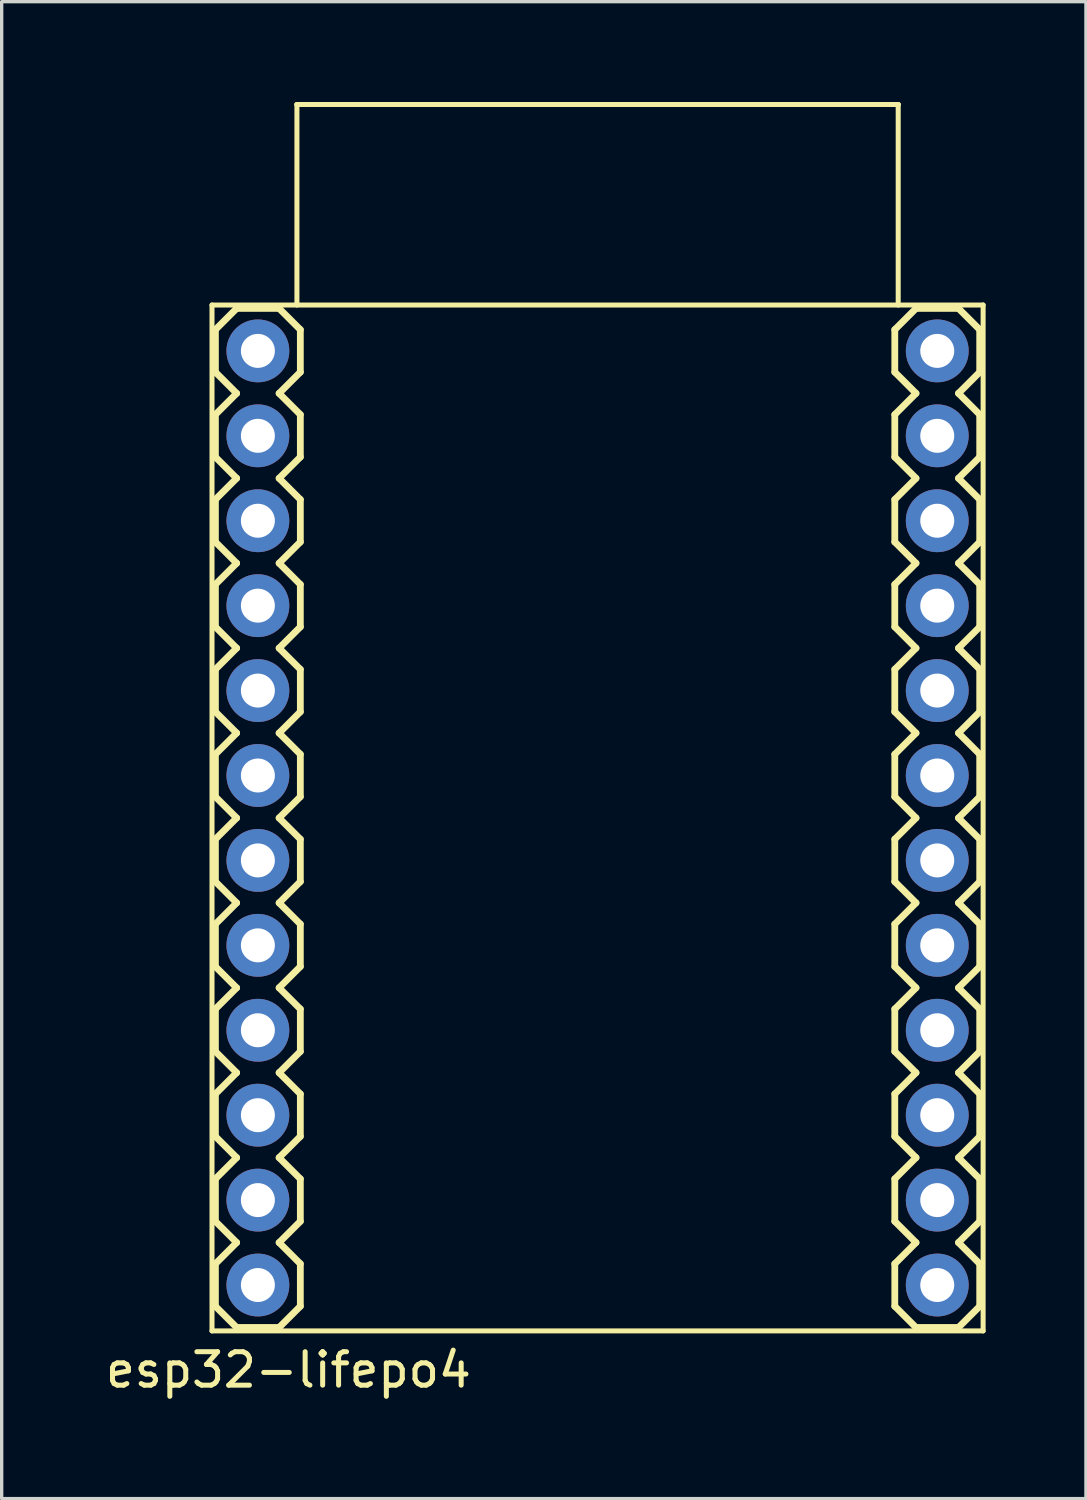
<source format=kicad_pcb>
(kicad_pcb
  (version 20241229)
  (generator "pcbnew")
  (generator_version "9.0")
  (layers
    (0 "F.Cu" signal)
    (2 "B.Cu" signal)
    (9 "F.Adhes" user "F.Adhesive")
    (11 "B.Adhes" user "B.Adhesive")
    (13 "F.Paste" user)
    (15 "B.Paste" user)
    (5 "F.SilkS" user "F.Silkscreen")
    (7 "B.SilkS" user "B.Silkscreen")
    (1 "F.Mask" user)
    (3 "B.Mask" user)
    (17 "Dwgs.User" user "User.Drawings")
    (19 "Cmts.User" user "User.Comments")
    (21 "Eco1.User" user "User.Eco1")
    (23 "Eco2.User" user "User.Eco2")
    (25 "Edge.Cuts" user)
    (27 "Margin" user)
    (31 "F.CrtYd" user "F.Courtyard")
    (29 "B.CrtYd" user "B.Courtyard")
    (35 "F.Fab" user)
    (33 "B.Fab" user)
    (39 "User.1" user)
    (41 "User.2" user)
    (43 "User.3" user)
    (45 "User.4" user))
  (footprint "esp32-lifepo4"
    (layer "F.Cu")
    (at 14.823 21.415)
    (property "Reference" "esp32-lifepo4" (at -9.246 16.51 0) (layer "F.SilkS") (effects (font (size 1 1) (thickness 0.15))))
    (attr through_hole)
    (fp_line (start -11.532 -15.342) (end -11.532 15.342) (stroke (width 0.15) (type solid)) (layer "F.SilkS"))
    (fp_line (start -11.532 15.342) (end 11.532 15.342) (stroke (width 0.15) (type solid)) (layer "F.SilkS"))
    (fp_line (start -11.43 -13.335) (end -11.43 -14.605) (stroke (width 0.203) (type solid)) (layer "F.SilkS"))
    (fp_line (start -11.43 -12.065) (end -10.795 -12.7) (stroke (width 0.203) (type solid)) (layer "F.SilkS"))
    (fp_line (start -11.43 -10.795) (end -11.43 -12.065) (stroke (width 0.203) (type solid)) (layer "F.SilkS"))
    (fp_line (start -11.43 -9.525) (end -10.795 -10.16) (stroke (width 0.203) (type solid)) (layer "F.SilkS"))
    (fp_line (start -11.43 -8.255) (end -11.43 -9.525) (stroke (width 0.203) (type solid)) (layer "F.SilkS"))
    (fp_line (start -11.43 -5.715) (end -11.43 -6.985) (stroke (width 0.203) (type solid)) (layer "F.SilkS"))
    (fp_line (start -11.43 -4.445) (end -10.795 -5.08) (stroke (width 0.203) (type solid)) (layer "F.SilkS"))
    (fp_line (start -11.43 -3.175) (end -11.43 -4.445) (stroke (width 0.203) (type solid)) (layer "F.SilkS"))
    (fp_line (start -11.43 -1.905) (end -10.795 -2.54) (stroke (width 0.203) (type solid)) (layer "F.SilkS"))
    (fp_line (start -11.43 -0.635) (end -11.43 -1.905) (stroke (width 0.203) (type solid)) (layer "F.SilkS"))
    (fp_line (start -11.43 1.905) (end -11.43 0.635) (stroke (width 0.203) (type solid)) (layer "F.SilkS"))
    (fp_line (start -11.43 4.445) (end -11.43 3.175) (stroke (width 0.203) (type solid)) (layer "F.SilkS"))
    (fp_line (start -11.43 6.985) (end -11.43 5.715) (stroke (width 0.203) (type solid)) (layer "F.SilkS"))
    (fp_line (start -11.43 9.525) (end -11.43 8.255) (stroke (width 0.203) (type solid)) (layer "F.SilkS"))
    (fp_line (start -11.43 12.065) (end -11.43 10.795) (stroke (width 0.203) (type solid)) (layer "F.SilkS"))
    (fp_line (start -11.43 14.605) (end -11.43 13.335) (stroke (width 0.203) (type solid)) (layer "F.SilkS"))
    (fp_line (start -10.795 -15.24) (end -11.43 -14.605) (stroke (width 0.203) (type solid)) (layer "F.SilkS"))
    (fp_line (start -10.795 -12.7) (end -11.43 -13.335) (stroke (width 0.203) (type solid)) (layer "F.SilkS"))
    (fp_line (start -10.795 -10.16) (end -11.43 -10.795) (stroke (width 0.203) (type solid)) (layer "F.SilkS"))
    (fp_line (start -10.795 -7.62) (end -11.43 -8.255) (stroke (width 0.203) (type solid)) (layer "F.SilkS"))
    (fp_line (start -10.795 -7.62) (end -11.43 -6.985) (stroke (width 0.203) (type solid)) (layer "F.SilkS"))
    (fp_line (start -10.795 -5.08) (end -11.43 -5.715) (stroke (width 0.203) (type solid)) (layer "F.SilkS"))
    (fp_line (start -10.795 -2.54) (end -11.43 -3.175) (stroke (width 0.203) (type solid)) (layer "F.SilkS"))
    (fp_line (start -10.795 0) (end -11.43 -0.635) (stroke (width 0.203) (type solid)) (layer "F.SilkS"))
    (fp_line (start -10.795 0) (end -11.43 0.635) (stroke (width 0.203) (type solid)) (layer "F.SilkS"))
    (fp_line (start -10.795 2.54) (end -11.43 1.905) (stroke (width 0.203) (type solid)) (layer "F.SilkS"))
    (fp_line (start -10.795 2.54) (end -11.43 3.175) (stroke (width 0.203) (type solid)) (layer "F.SilkS"))
    (fp_line (start -10.795 5.08) (end -11.43 4.445) (stroke (width 0.203) (type solid)) (layer "F.SilkS"))
    (fp_line (start -10.795 5.08) (end -11.43 5.715) (stroke (width 0.203) (type solid)) (layer "F.SilkS"))
    (fp_line (start -10.795 7.62) (end -11.43 6.985) (stroke (width 0.203) (type solid)) (layer "F.SilkS"))
    (fp_line (start -10.795 7.62) (end -11.43 8.255) (stroke (width 0.203) (type solid)) (layer "F.SilkS"))
    (fp_line (start -10.795 10.16) (end -11.43 9.525) (stroke (width 0.203) (type solid)) (layer "F.SilkS"))
    (fp_line (start -10.795 10.16) (end -11.43 10.795) (stroke (width 0.203) (type solid)) (layer "F.SilkS"))
    (fp_line (start -10.795 12.7) (end -11.43 12.065) (stroke (width 0.203) (type solid)) (layer "F.SilkS"))
    (fp_line (start -10.795 12.7) (end -11.43 13.335) (stroke (width 0.203) (type solid)) (layer "F.SilkS"))
    (fp_line (start -10.795 15.24) (end -11.43 14.605) (stroke (width 0.203) (type solid)) (layer "F.SilkS"))
    (fp_line (start -9.525 -15.24) (end -10.795 -15.24) (stroke (width 0.203) (type solid)) (layer "F.SilkS"))
    (fp_line (start -9.525 -12.7) (end -8.89 -12.065) (stroke (width 0.203) (type solid)) (layer "F.SilkS"))
    (fp_line (start -9.525 -10.16) (end -8.89 -9.525) (stroke (width 0.203) (type solid)) (layer "F.SilkS"))
    (fp_line (start -9.525 -5.08) (end -8.89 -4.445) (stroke (width 0.203) (type solid)) (layer "F.SilkS"))
    (fp_line (start -9.525 -2.54) (end -8.89 -1.905) (stroke (width 0.203) (type solid)) (layer "F.SilkS"))
    (fp_line (start -9.525 15.24) (end -10.795 15.24) (stroke (width 0.203) (type solid)) (layer "F.SilkS"))
    (fp_line (start -9 -21.34) (end 9 -21.34) (stroke (width 0.15) (type solid)) (layer "F.SilkS"))
    (fp_line (start -8.992 -21.336) (end -8.992 -15.342) (stroke (width 0.15) (type solid)) (layer "F.SilkS"))
    (fp_line (start -8.89 -14.605) (end -9.525 -15.24) (stroke (width 0.203) (type solid)) (layer "F.SilkS"))
    (fp_line (start -8.89 -14.605) (end -8.89 -13.335) (stroke (width 0.203) (type solid)) (layer "F.SilkS"))
    (fp_line (start -8.89 -13.335) (end -9.525 -12.7) (stroke (width 0.203) (type solid)) (layer "F.SilkS"))
    (fp_line (start -8.89 -12.065) (end -8.89 -10.795) (stroke (width 0.203) (type solid)) (layer "F.SilkS"))
    (fp_line (start -8.89 -10.795) (end -9.525 -10.16) (stroke (width 0.203) (type solid)) (layer "F.SilkS"))
    (fp_line (start -8.89 -9.525) (end -8.89 -8.255) (stroke (width 0.203) (type solid)) (layer "F.SilkS"))
    (fp_line (start -8.89 -8.255) (end -9.525 -7.62) (stroke (width 0.203) (type solid)) (layer "F.SilkS"))
    (fp_line (start -8.89 -6.985) (end -9.525 -7.62) (stroke (width 0.203) (type solid)) (layer "F.SilkS"))
    (fp_line (start -8.89 -6.985) (end -8.89 -5.715) (stroke (width 0.203) (type solid)) (layer "F.SilkS"))
    (fp_line (start -8.89 -5.715) (end -9.525 -5.08) (stroke (width 0.203) (type solid)) (layer "F.SilkS"))
    (fp_line (start -8.89 -4.445) (end -8.89 -3.175) (stroke (width 0.203) (type solid)) (layer "F.SilkS"))
    (fp_line (start -8.89 -3.175) (end -9.525 -2.54) (stroke (width 0.203) (type solid)) (layer "F.SilkS"))
    (fp_line (start -8.89 -1.905) (end -8.89 -0.635) (stroke (width 0.203) (type solid)) (layer "F.SilkS"))
    (fp_line (start -8.89 -0.635) (end -9.525 0) (stroke (width 0.203) (type solid)) (layer "F.SilkS"))
    (fp_line (start -8.89 0.635) (end -9.525 0) (stroke (width 0.203) (type solid)) (layer "F.SilkS"))
    (fp_line (start -8.89 0.635) (end -8.89 1.905) (stroke (width 0.203) (type solid)) (layer "F.SilkS"))
    (fp_line (start -8.89 1.905) (end -9.525 2.54) (stroke (width 0.203) (type solid)) (layer "F.SilkS"))
    (fp_line (start -8.89 3.175) (end -9.525 2.54) (stroke (width 0.203) (type solid)) (layer "F.SilkS"))
    (fp_line (start -8.89 3.175) (end -8.89 4.445) (stroke (width 0.203) (type solid)) (layer "F.SilkS"))
    (fp_line (start -8.89 4.445) (end -9.525 5.08) (stroke (width 0.203) (type solid)) (layer "F.SilkS"))
    (fp_line (start -8.89 5.715) (end -9.525 5.08) (stroke (width 0.203) (type solid)) (layer "F.SilkS"))
    (fp_line (start -8.89 5.715) (end -8.89 6.985) (stroke (width 0.203) (type solid)) (layer "F.SilkS"))
    (fp_line (start -8.89 6.985) (end -9.525 7.62) (stroke (width 0.203) (type solid)) (layer "F.SilkS"))
    (fp_line (start -8.89 8.255) (end -9.525 7.62) (stroke (width 0.203) (type solid)) (layer "F.SilkS"))
    (fp_line (start -8.89 8.255) (end -8.89 9.525) (stroke (width 0.203) (type solid)) (layer "F.SilkS"))
    (fp_line (start -8.89 9.525) (end -9.525 10.16) (stroke (width 0.203) (type solid)) (layer "F.SilkS"))
    (fp_line (start -8.89 10.795) (end -9.525 10.16) (stroke (width 0.203) (type solid)) (layer "F.SilkS"))
    (fp_line (start -8.89 10.795) (end -8.89 12.065) (stroke (width 0.203) (type solid)) (layer "F.SilkS"))
    (fp_line (start -8.89 12.065) (end -9.525 12.7) (stroke (width 0.203) (type solid)) (layer "F.SilkS"))
    (fp_line (start -8.89 13.335) (end -9.525 12.7) (stroke (width 0.203) (type solid)) (layer "F.SilkS"))
    (fp_line (start -8.89 13.335) (end -8.89 14.605) (stroke (width 0.203) (type solid)) (layer "F.SilkS"))
    (fp_line (start -8.89 14.605) (end -9.525 15.24) (stroke (width 0.203) (type solid)) (layer "F.SilkS"))
    (fp_line (start 8.89 -13.335) (end 8.89 -14.605) (stroke (width 0.203) (type solid)) (layer "F.SilkS"))
    (fp_line (start 8.89 -12.065) (end 9.525 -12.7) (stroke (width 0.203) (type solid)) (layer "F.SilkS"))
    (fp_line (start 8.89 -10.795) (end 8.89 -12.065) (stroke (width 0.203) (type solid)) (layer "F.SilkS"))
    (fp_line (start 8.89 -9.525) (end 9.525 -10.16) (stroke (width 0.203) (type solid)) (layer "F.SilkS"))
    (fp_line (start 8.89 -8.255) (end 8.89 -9.525) (stroke (width 0.203) (type solid)) (layer "F.SilkS"))
    (fp_line (start 8.89 -5.715) (end 8.89 -6.985) (stroke (width 0.203) (type solid)) (layer "F.SilkS"))
    (fp_line (start 8.89 -4.445) (end 9.525 -5.08) (stroke (width 0.203) (type solid)) (layer "F.SilkS"))
    (fp_line (start 8.89 -3.175) (end 8.89 -4.445) (stroke (width 0.203) (type solid)) (layer "F.SilkS"))
    (fp_line (start 8.89 -1.905) (end 9.525 -2.54) (stroke (width 0.203) (type solid)) (layer "F.SilkS"))
    (fp_line (start 8.89 -0.635) (end 8.89 -1.905) (stroke (width 0.203) (type solid)) (layer "F.SilkS"))
    (fp_line (start 8.89 1.905) (end 8.89 0.635) (stroke (width 0.203) (type solid)) (layer "F.SilkS"))
    (fp_line (start 8.89 4.445) (end 8.89 3.175) (stroke (width 0.203) (type solid)) (layer "F.SilkS"))
    (fp_line (start 8.89 6.985) (end 8.89 5.715) (stroke (width 0.203) (type solid)) (layer "F.SilkS"))
    (fp_line (start 8.89 9.525) (end 8.89 8.255) (stroke (width 0.203) (type solid)) (layer "F.SilkS"))
    (fp_line (start 8.89 12.065) (end 8.89 10.795) (stroke (width 0.203) (type solid)) (layer "F.SilkS"))
    (fp_line (start 8.89 14.605) (end 8.89 13.335) (stroke (width 0.203) (type solid)) (layer "F.SilkS"))
    (fp_line (start 8.992 -21.336) (end 8.992 -15.342) (stroke (width 0.15) (type solid)) (layer "F.SilkS"))
    (fp_line (start 9.525 -15.24) (end 8.89 -14.605) (stroke (width 0.203) (type solid)) (layer "F.SilkS"))
    (fp_line (start 9.525 -12.7) (end 8.89 -13.335) (stroke (width 0.203) (type solid)) (layer "F.SilkS"))
    (fp_line (start 9.525 -10.16) (end 8.89 -10.795) (stroke (width 0.203) (type solid)) (layer "F.SilkS"))
    (fp_line (start 9.525 -7.62) (end 8.89 -8.255) (stroke (width 0.203) (type solid)) (layer "F.SilkS"))
    (fp_line (start 9.525 -7.62) (end 8.89 -6.985) (stroke (width 0.203) (type solid)) (layer "F.SilkS"))
    (fp_line (start 9.525 -5.08) (end 8.89 -5.715) (stroke (width 0.203) (type solid)) (layer "F.SilkS"))
    (fp_line (start 9.525 -2.54) (end 8.89 -3.175) (stroke (width 0.203) (type solid)) (layer "F.SilkS"))
    (fp_line (start 9.525 0) (end 8.89 -0.635) (stroke (width 0.203) (type solid)) (layer "F.SilkS"))
    (fp_line (start 9.525 0) (end 8.89 0.635) (stroke (width 0.203) (type solid)) (layer "F.SilkS"))
    (fp_line (start 9.525 2.54) (end 8.89 1.905) (stroke (width 0.203) (type solid)) (layer "F.SilkS"))
    (fp_line (start 9.525 2.54) (end 8.89 3.175) (stroke (width 0.203) (type solid)) (layer "F.SilkS"))
    (fp_line (start 9.525 5.08) (end 8.89 4.445) (stroke (width 0.203) (type solid)) (layer "F.SilkS"))
    (fp_line (start 9.525 5.08) (end 8.89 5.715) (stroke (width 0.203) (type solid)) (layer "F.SilkS"))
    (fp_line (start 9.525 7.62) (end 8.89 6.985) (stroke (width 0.203) (type solid)) (layer "F.SilkS"))
    (fp_line (start 9.525 7.62) (end 8.89 8.255) (stroke (width 0.203) (type solid)) (layer "F.SilkS"))
    (fp_line (start 9.525 10.16) (end 8.89 9.525) (stroke (width 0.203) (type solid)) (layer "F.SilkS"))
    (fp_line (start 9.525 10.16) (end 8.89 10.795) (stroke (width 0.203) (type solid)) (layer "F.SilkS"))
    (fp_line (start 9.525 12.7) (end 8.89 12.065) (stroke (width 0.203) (type solid)) (layer "F.SilkS"))
    (fp_line (start 9.525 12.7) (end 8.89 13.335) (stroke (width 0.203) (type solid)) (layer "F.SilkS"))
    (fp_line (start 9.525 15.24) (end 8.89 14.605) (stroke (width 0.203) (type solid)) (layer "F.SilkS"))
    (fp_line (start 10.795 -15.24) (end 9.525 -15.24) (stroke (width 0.203) (type solid)) (layer "F.SilkS"))
    (fp_line (start 10.795 -12.7) (end 11.43 -12.065) (stroke (width 0.203) (type solid)) (layer "F.SilkS"))
    (fp_line (start 10.795 -10.16) (end 11.43 -9.525) (stroke (width 0.203) (type solid)) (layer "F.SilkS"))
    (fp_line (start 10.795 -5.08) (end 11.43 -4.445) (stroke (width 0.203) (type solid)) (layer "F.SilkS"))
    (fp_line (start 10.795 -2.54) (end 11.43 -1.905) (stroke (width 0.203) (type solid)) (layer "F.SilkS"))
    (fp_line (start 10.795 15.24) (end 9.525 15.24) (stroke (width 0.203) (type solid)) (layer "F.SilkS"))
    (fp_line (start 11.43 -14.605) (end 10.795 -15.24) (stroke (width 0.203) (type solid)) (layer "F.SilkS"))
    (fp_line (start 11.43 -14.605) (end 11.43 -13.335) (stroke (width 0.203) (type solid)) (layer "F.SilkS"))
    (fp_line (start 11.43 -13.335) (end 10.795 -12.7) (stroke (width 0.203) (type solid)) (layer "F.SilkS"))
    (fp_line (start 11.43 -12.065) (end 11.43 -10.795) (stroke (width 0.203) (type solid)) (layer "F.SilkS"))
    (fp_line (start 11.43 -10.795) (end 10.795 -10.16) (stroke (width 0.203) (type solid)) (layer "F.SilkS"))
    (fp_line (start 11.43 -9.525) (end 11.43 -8.255) (stroke (width 0.203) (type solid)) (layer "F.SilkS"))
    (fp_line (start 11.43 -8.255) (end 10.795 -7.62) (stroke (width 0.203) (type solid)) (layer "F.SilkS"))
    (fp_line (start 11.43 -6.985) (end 10.795 -7.62) (stroke (width 0.203) (type solid)) (layer "F.SilkS"))
    (fp_line (start 11.43 -6.985) (end 11.43 -5.715) (stroke (width 0.203) (type solid)) (layer "F.SilkS"))
    (fp_line (start 11.43 -5.715) (end 10.795 -5.08) (stroke (width 0.203) (type solid)) (layer "F.SilkS"))
    (fp_line (start 11.43 -4.445) (end 11.43 -3.175) (stroke (width 0.203) (type solid)) (layer "F.SilkS"))
    (fp_line (start 11.43 -3.175) (end 10.795 -2.54) (stroke (width 0.203) (type solid)) (layer "F.SilkS"))
    (fp_line (start 11.43 -1.905) (end 11.43 -0.635) (stroke (width 0.203) (type solid)) (layer "F.SilkS"))
    (fp_line (start 11.43 -0.635) (end 10.795 0) (stroke (width 0.203) (type solid)) (layer "F.SilkS"))
    (fp_line (start 11.43 0.635) (end 10.795 0) (stroke (width 0.203) (type solid)) (layer "F.SilkS"))
    (fp_line (start 11.43 0.635) (end 11.43 1.905) (stroke (width 0.203) (type solid)) (layer "F.SilkS"))
    (fp_line (start 11.43 1.905) (end 10.795 2.54) (stroke (width 0.203) (type solid)) (layer "F.SilkS"))
    (fp_line (start 11.43 3.175) (end 10.795 2.54) (stroke (width 0.203) (type solid)) (layer "F.SilkS"))
    (fp_line (start 11.43 3.175) (end 11.43 4.445) (stroke (width 0.203) (type solid)) (layer "F.SilkS"))
    (fp_line (start 11.43 4.445) (end 10.795 5.08) (stroke (width 0.203) (type solid)) (layer "F.SilkS"))
    (fp_line (start 11.43 5.715) (end 10.795 5.08) (stroke (width 0.203) (type solid)) (layer "F.SilkS"))
    (fp_line (start 11.43 5.715) (end 11.43 6.985) (stroke (width 0.203) (type solid)) (layer "F.SilkS"))
    (fp_line (start 11.43 6.985) (end 10.795 7.62) (stroke (width 0.203) (type solid)) (layer "F.SilkS"))
    (fp_line (start 11.43 8.255) (end 10.795 7.62) (stroke (width 0.203) (type solid)) (layer "F.SilkS"))
    (fp_line (start 11.43 8.255) (end 11.43 9.525) (stroke (width 0.203) (type solid)) (layer "F.SilkS"))
    (fp_line (start 11.43 9.525) (end 10.795 10.16) (stroke (width 0.203) (type solid)) (layer "F.SilkS"))
    (fp_line (start 11.43 10.795) (end 10.795 10.16) (stroke (width 0.203) (type solid)) (layer "F.SilkS"))
    (fp_line (start 11.43 10.795) (end 11.43 12.065) (stroke (width 0.203) (type solid)) (layer "F.SilkS"))
    (fp_line (start 11.43 12.065) (end 10.795 12.7) (stroke (width 0.203) (type solid)) (layer "F.SilkS"))
    (fp_line (start 11.43 13.335) (end 10.795 12.7) (stroke (width 0.203) (type solid)) (layer "F.SilkS"))
    (fp_line (start 11.43 13.335) (end 11.43 14.605) (stroke (width 0.203) (type solid)) (layer "F.SilkS"))
    (fp_line (start 11.43 14.605) (end 10.795 15.24) (stroke (width 0.203) (type solid)) (layer "F.SilkS"))
    (fp_line (start 11.532 -15.342) (end -11.532 -15.342) (stroke (width 0.15) (type solid)) (layer "F.SilkS"))
    (fp_line (start 11.532 15.342) (end 11.532 -15.342) (stroke (width 0.15) (type solid)) (layer "F.SilkS"))
    (fp_line (start -10.414 -14.224) (end -10.414 -13.716) (stroke (width 0.066) (type solid)) (layer "Dwgs.User"))
    (fp_line (start -10.414 -14.224) (end -9.906 -14.224) (stroke (width 0.066) (type solid)) (layer "Dwgs.User"))
    (fp_line (start -10.414 -13.716) (end -9.906 -13.716) (stroke (width 0.066) (type solid)) (layer "Dwgs.User"))
    (fp_line (start -10.414 -11.684) (end -10.414 -11.176) (stroke (width 0.066) (type solid)) (layer "Dwgs.User"))
    (fp_line (start -10.414 -11.684) (end -9.906 -11.684) (stroke (width 0.066) (type solid)) (layer "Dwgs.User"))
    (fp_line (start -10.414 -11.176) (end -9.906 -11.176) (stroke (width 0.066) (type solid)) (layer "Dwgs.User"))
    (fp_line (start -10.414 -9.144) (end -10.414 -8.636) (stroke (width 0.066) (type solid)) (layer "Dwgs.User"))
    (fp_line (start -10.414 -9.144) (end -9.906 -9.144) (stroke (width 0.066) (type solid)) (layer "Dwgs.User"))
    (fp_line (start -10.414 -8.636) (end -9.906 -8.636) (stroke (width 0.066) (type solid)) (layer "Dwgs.User"))
    (fp_line (start -10.414 -6.604) (end -10.414 -6.096) (stroke (width 0.066) (type solid)) (layer "Dwgs.User"))
    (fp_line (start -10.414 -6.604) (end -9.906 -6.604) (stroke (width 0.066) (type solid)) (layer "Dwgs.User"))
    (fp_line (start -10.414 -6.096) (end -9.906 -6.096) (stroke (width 0.066) (type solid)) (layer "Dwgs.User"))
    (fp_line (start -10.414 -4.064) (end -10.414 -3.556) (stroke (width 0.066) (type solid)) (layer "Dwgs.User"))
    (fp_line (start -10.414 -4.064) (end -9.906 -4.064) (stroke (width 0.066) (type solid)) (layer "Dwgs.User"))
    (fp_line (start -10.414 -3.556) (end -9.906 -3.556) (stroke (width 0.066) (type solid)) (layer "Dwgs.User"))
    (fp_line (start -10.414 -1.524) (end -10.414 -1.016) (stroke (width 0.066) (type solid)) (layer "Dwgs.User"))
    (fp_line (start -10.414 -1.524) (end -9.906 -1.524) (stroke (width 0.066) (type solid)) (layer "Dwgs.User"))
    (fp_line (start -10.414 -1.016) (end -9.906 -1.016) (stroke (width 0.066) (type solid)) (layer "Dwgs.User"))
    (fp_line (start -10.414 1.016) (end -10.414 1.524) (stroke (width 0.066) (type solid)) (layer "Dwgs.User"))
    (fp_line (start -10.414 1.016) (end -9.906 1.016) (stroke (width 0.066) (type solid)) (layer "Dwgs.User"))
    (fp_line (start -10.414 1.524) (end -9.906 1.524) (stroke (width 0.066) (type solid)) (layer "Dwgs.User"))
    (fp_line (start -10.414 3.553) (end -10.414 4.064) (stroke (width 0.066) (type solid)) (layer "Dwgs.User"))
    (fp_line (start -10.414 3.553) (end -9.906 3.553) (stroke (width 0.066) (type solid)) (layer "Dwgs.User"))
    (fp_line (start -10.414 4.064) (end -9.906 4.064) (stroke (width 0.066) (type solid)) (layer "Dwgs.User"))
    (fp_line (start -10.414 6.096) (end -10.414 6.604) (stroke (width 0.066) (type solid)) (layer "Dwgs.User"))
    (fp_line (start -10.414 6.096) (end -9.906 6.096) (stroke (width 0.066) (type solid)) (layer "Dwgs.User"))
    (fp_line (start -10.414 6.604) (end -9.906 6.604) (stroke (width 0.066) (type solid)) (layer "Dwgs.User"))
    (fp_line (start -10.414 8.636) (end -10.414 9.144) (stroke (width 0.066) (type solid)) (layer "Dwgs.User"))
    (fp_line (start -10.414 8.636) (end -9.906 8.636) (stroke (width 0.066) (type solid)) (layer "Dwgs.User"))
    (fp_line (start -10.414 9.144) (end -9.906 9.144) (stroke (width 0.066) (type solid)) (layer "Dwgs.User"))
    (fp_line (start -10.414 11.176) (end -10.414 11.684) (stroke (width 0.066) (type solid)) (layer "Dwgs.User"))
    (fp_line (start -10.414 11.176) (end -9.906 11.176) (stroke (width 0.066) (type solid)) (layer "Dwgs.User"))
    (fp_line (start -10.414 11.684) (end -9.906 11.684) (stroke (width 0.066) (type solid)) (layer "Dwgs.User"))
    (fp_line (start -10.414 13.716) (end -10.414 14.224) (stroke (width 0.066) (type solid)) (layer "Dwgs.User"))
    (fp_line (start -10.414 13.716) (end -9.906 13.716) (stroke (width 0.066) (type solid)) (layer "Dwgs.User"))
    (fp_line (start -10.414 14.224) (end -9.906 14.224) (stroke (width 0.066) (type solid)) (layer "Dwgs.User"))
    (fp_line (start -9.906 -14.224) (end -9.906 -13.716) (stroke (width 0.066) (type solid)) (layer "Dwgs.User"))
    (fp_line (start -9.906 -11.684) (end -9.906 -11.176) (stroke (width 0.066) (type solid)) (layer "Dwgs.User"))
    (fp_line (start -9.906 -9.144) (end -9.906 -8.636) (stroke (width 0.066) (type solid)) (layer "Dwgs.User"))
    (fp_line (start -9.906 -6.604) (end -9.906 -6.096) (stroke (width 0.066) (type solid)) (layer "Dwgs.User"))
    (fp_line (start -9.906 -4.064) (end -9.906 -3.556) (stroke (width 0.066) (type solid)) (layer "Dwgs.User"))
    (fp_line (start -9.906 -1.524) (end -9.906 -1.016) (stroke (width 0.066) (type solid)) (layer "Dwgs.User"))
    (fp_line (start -9.906 1.016) (end -9.906 1.524) (stroke (width 0.066) (type solid)) (layer "Dwgs.User"))
    (fp_line (start -9.906 3.553) (end -9.906 4.064) (stroke (width 0.066) (type solid)) (layer "Dwgs.User"))
    (fp_line (start -9.906 6.096) (end -9.906 6.604) (stroke (width 0.066) (type solid)) (layer "Dwgs.User"))
    (fp_line (start -9.906 8.636) (end -9.906 9.144) (stroke (width 0.066) (type solid)) (layer "Dwgs.User"))
    (fp_line (start -9.906 11.176) (end -9.906 11.684) (stroke (width 0.066) (type solid)) (layer "Dwgs.User"))
    (fp_line (start -9.906 13.716) (end -9.906 14.224) (stroke (width 0.066) (type solid)) (layer "Dwgs.User"))
    (fp_line (start 9.906 -14.224) (end 9.906 -13.716) (stroke (width 0.066) (type solid)) (layer "Dwgs.User"))
    (fp_line (start 9.906 -14.224) (end 10.414 -14.224) (stroke (width 0.066) (type solid)) (layer "Dwgs.User"))
    (fp_line (start 9.906 -13.716) (end 10.414 -13.716) (stroke (width 0.066) (type solid)) (layer "Dwgs.User"))
    (fp_line (start 9.906 -11.684) (end 9.906 -11.176) (stroke (width 0.066) (type solid)) (layer "Dwgs.User"))
    (fp_line (start 9.906 -11.684) (end 10.414 -11.684) (stroke (width 0.066) (type solid)) (layer "Dwgs.User"))
    (fp_line (start 9.906 -11.176) (end 10.414 -11.176) (stroke (width 0.066) (type solid)) (layer "Dwgs.User"))
    (fp_line (start 9.906 -9.144) (end 9.906 -8.636) (stroke (width 0.066) (type solid)) (layer "Dwgs.User"))
    (fp_line (start 9.906 -9.144) (end 10.414 -9.144) (stroke (width 0.066) (type solid)) (layer "Dwgs.User"))
    (fp_line (start 9.906 -8.636) (end 10.414 -8.636) (stroke (width 0.066) (type solid)) (layer "Dwgs.User"))
    (fp_line (start 9.906 -6.604) (end 9.906 -6.096) (stroke (width 0.066) (type solid)) (layer "Dwgs.User"))
    (fp_line (start 9.906 -6.604) (end 10.414 -6.604) (stroke (width 0.066) (type solid)) (layer "Dwgs.User"))
    (fp_line (start 9.906 -6.096) (end 10.414 -6.096) (stroke (width 0.066) (type solid)) (layer "Dwgs.User"))
    (fp_line (start 9.906 -4.064) (end 9.906 -3.556) (stroke (width 0.066) (type solid)) (layer "Dwgs.User"))
    (fp_line (start 9.906 -4.064) (end 10.414 -4.064) (stroke (width 0.066) (type solid)) (layer "Dwgs.User"))
    (fp_line (start 9.906 -3.556) (end 10.414 -3.556) (stroke (width 0.066) (type solid)) (layer "Dwgs.User"))
    (fp_line (start 9.906 -1.524) (end 9.906 -1.016) (stroke (width 0.066) (type solid)) (layer "Dwgs.User"))
    (fp_line (start 9.906 -1.524) (end 10.414 -1.524) (stroke (width 0.066) (type solid)) (layer "Dwgs.User"))
    (fp_line (start 9.906 -1.016) (end 10.414 -1.016) (stroke (width 0.066) (type solid)) (layer "Dwgs.User"))
    (fp_line (start 9.906 1.016) (end 9.906 1.524) (stroke (width 0.066) (type solid)) (layer "Dwgs.User"))
    (fp_line (start 9.906 1.016) (end 10.414 1.016) (stroke (width 0.066) (type solid)) (layer "Dwgs.User"))
    (fp_line (start 9.906 1.524) (end 10.414 1.524) (stroke (width 0.066) (type solid)) (layer "Dwgs.User"))
    (fp_line (start 9.906 3.553) (end 9.906 4.064) (stroke (width 0.066) (type solid)) (layer "Dwgs.User"))
    (fp_line (start 9.906 3.553) (end 10.414 3.553) (stroke (width 0.066) (type solid)) (layer "Dwgs.User"))
    (fp_line (start 9.906 4.064) (end 10.414 4.064) (stroke (width 0.066) (type solid)) (layer "Dwgs.User"))
    (fp_line (start 9.906 6.096) (end 9.906 6.604) (stroke (width 0.066) (type solid)) (layer "Dwgs.User"))
    (fp_line (start 9.906 6.096) (end 10.414 6.096) (stroke (width 0.066) (type solid)) (layer "Dwgs.User"))
    (fp_line (start 9.906 6.604) (end 10.414 6.604) (stroke (width 0.066) (type solid)) (layer "Dwgs.User"))
    (fp_line (start 9.906 8.636) (end 9.906 9.144) (stroke (width 0.066) (type solid)) (layer "Dwgs.User"))
    (fp_line (start 9.906 8.636) (end 10.414 8.636) (stroke (width 0.066) (type solid)) (layer "Dwgs.User"))
    (fp_line (start 9.906 9.144) (end 10.414 9.144) (stroke (width 0.066) (type solid)) (layer "Dwgs.User"))
    (fp_line (start 9.906 11.176) (end 9.906 11.684) (stroke (width 0.066) (type solid)) (layer "Dwgs.User"))
    (fp_line (start 9.906 11.176) (end 10.414 11.176) (stroke (width 0.066) (type solid)) (layer "Dwgs.User"))
    (fp_line (start 9.906 11.684) (end 10.414 11.684) (stroke (width 0.066) (type solid)) (layer "Dwgs.User"))
    (fp_line (start 9.906 13.716) (end 9.906 14.224) (stroke (width 0.066) (type solid)) (layer "Dwgs.User"))
    (fp_line (start 9.906 13.716) (end 10.414 13.716) (stroke (width 0.066) (type solid)) (layer "Dwgs.User"))
    (fp_line (start 9.906 14.224) (end 10.414 14.224) (stroke (width 0.066) (type solid)) (layer "Dwgs.User"))
    (fp_line (start 10.414 -14.224) (end 10.414 -13.716) (stroke (width 0.066) (type solid)) (layer "Dwgs.User"))
    (fp_line (start 10.414 -11.684) (end 10.414 -11.176) (stroke (width 0.066) (type solid)) (layer "Dwgs.User"))
    (fp_line (start 10.414 -9.144) (end 10.414 -8.636) (stroke (width 0.066) (type solid)) (layer "Dwgs.User"))
    (fp_line (start 10.414 -6.604) (end 10.414 -6.096) (stroke (width 0.066) (type solid)) (layer "Dwgs.User"))
    (fp_line (start 10.414 -4.064) (end 10.414 -3.556) (stroke (width 0.066) (type solid)) (layer "Dwgs.User"))
    (fp_line (start 10.414 -1.524) (end 10.414 -1.016) (stroke (width 0.066) (type solid)) (layer "Dwgs.User"))
    (fp_line (start 10.414 1.016) (end 10.414 1.524) (stroke (width 0.066) (type solid)) (layer "Dwgs.User"))
    (fp_line (start 10.414 3.553) (end 10.414 4.064) (stroke (width 0.066) (type solid)) (layer "Dwgs.User"))
    (fp_line (start 10.414 6.096) (end 10.414 6.604) (stroke (width 0.066) (type solid)) (layer "Dwgs.User"))
    (fp_line (start 10.414 8.636) (end 10.414 9.144) (stroke (width 0.066) (type solid)) (layer "Dwgs.User"))
    (fp_line (start 10.414 11.176) (end 10.414 11.684) (stroke (width 0.066) (type solid)) (layer "Dwgs.User"))
    (fp_line (start 10.414 13.716) (end 10.414 14.224) (stroke (width 0.066) (type solid)) (layer "Dwgs.User"))
    (pad "1" thru_hole circle (at -10.16 -13.97 270) (size 1.88 1.88) (drill 1.016) (layers "*.Cu" "*.Mask"))
    (pad "2" thru_hole circle (at -10.16 -11.43 270) (size 1.88 1.88) (drill 1.016) (layers "*.Cu" "*.Mask"))
    (pad "3" thru_hole circle (at -10.16 -8.89 270) (size 1.88 1.88) (drill 1.016) (layers "*.Cu" "*.Mask"))
    (pad "4" thru_hole circle (at -10.16 -6.35 270) (size 1.88 1.88) (drill 1.016) (layers "*.Cu" "*.Mask"))
    (pad "5" thru_hole circle (at -10.16 -3.81 270) (size 1.88 1.88) (drill 1.016) (layers "*.Cu" "*.Mask"))
    (pad "6" thru_hole circle (at -10.16 -1.27 270) (size 1.88 1.88) (drill 1.016) (layers "*.Cu" "*.Mask"))
    (pad "7" thru_hole circle (at -10.16 1.27 270) (size 1.88 1.88) (drill 1.016) (layers "*.Cu" "*.Mask"))
    (pad "8" thru_hole circle (at -10.16 3.81 270) (size 1.88 1.88) (drill 1.016) (layers "*.Cu" "*.Mask"))
    (pad "9" thru_hole circle (at -10.16 6.35 270) (size 1.88 1.88) (drill 1.016) (layers "*.Cu" "*.Mask"))
    (pad "10" thru_hole circle (at -10.16 8.89 270) (size 1.88 1.88) (drill 1.016) (layers "*.Cu" "*.Mask"))
    (pad "11" thru_hole circle (at -10.16 11.43 270) (size 1.88 1.88) (drill 1.016) (layers "*.Cu" "*.Mask"))
    (pad "12" thru_hole circle (at -10.16 13.97 270) (size 1.88 1.88) (drill 1.016) (layers "*.Cu" "*.Mask"))
    (pad "13" thru_hole circle (at 10.16 -13.97 270) (size 1.88 1.88) (drill 1.016) (layers "*.Cu" "*.Mask"))
    (pad "14" thru_hole circle (at 10.16 -11.43 270) (size 1.88 1.88) (drill 1.016) (layers "*.Cu" "*.Mask"))
    (pad "15" thru_hole circle (at 10.16 -8.89 270) (size 1.88 1.88) (drill 1.016) (layers "*.Cu" "*.Mask"))
    (pad "16" thru_hole circle (at 10.16 -6.35 270) (size 1.88 1.88) (drill 1.016) (layers "*.Cu" "*.Mask"))
    (pad "17" thru_hole circle (at 10.16 -3.81 270) (size 1.88 1.88) (drill 1.016) (layers "*.Cu" "*.Mask"))
    (pad "18" thru_hole circle (at 10.16 -1.27 270) (size 1.88 1.88) (drill 1.016) (layers "*.Cu" "*.Mask"))
    (pad "19" thru_hole circle (at 10.16 1.27 270) (size 1.88 1.88) (drill 1.016) (layers "*.Cu" "*.Mask"))
    (pad "20" thru_hole circle (at 10.16 3.81 270) (size 1.88 1.88) (drill 1.016) (layers "*.Cu" "*.Mask"))
    (pad "21" thru_hole circle (at 10.16 6.35 270) (size 1.88 1.88) (drill 1.016) (layers "*.Cu" "*.Mask"))
    (pad "22" thru_hole circle (at 10.16 8.89 270) (size 1.88 1.88) (drill 1.016) (layers "*.Cu" "*.Mask"))
    (pad "23" thru_hole circle (at 10.16 11.43 270) (size 1.88 1.88) (drill 1.016) (layers "*.Cu" "*.Mask"))
    (pad "24" thru_hole circle (at 10.16 13.97 270) (size 1.88 1.88) (drill 1.016) (layers "*.Cu" "*.Mask")))
  (gr_rect
    (start -3 -3)
    (end 29.43 41.773)
    (stroke (width 0.1) (type default))
    (fill no)
    (layer "Edge.Cuts")))
</source>
